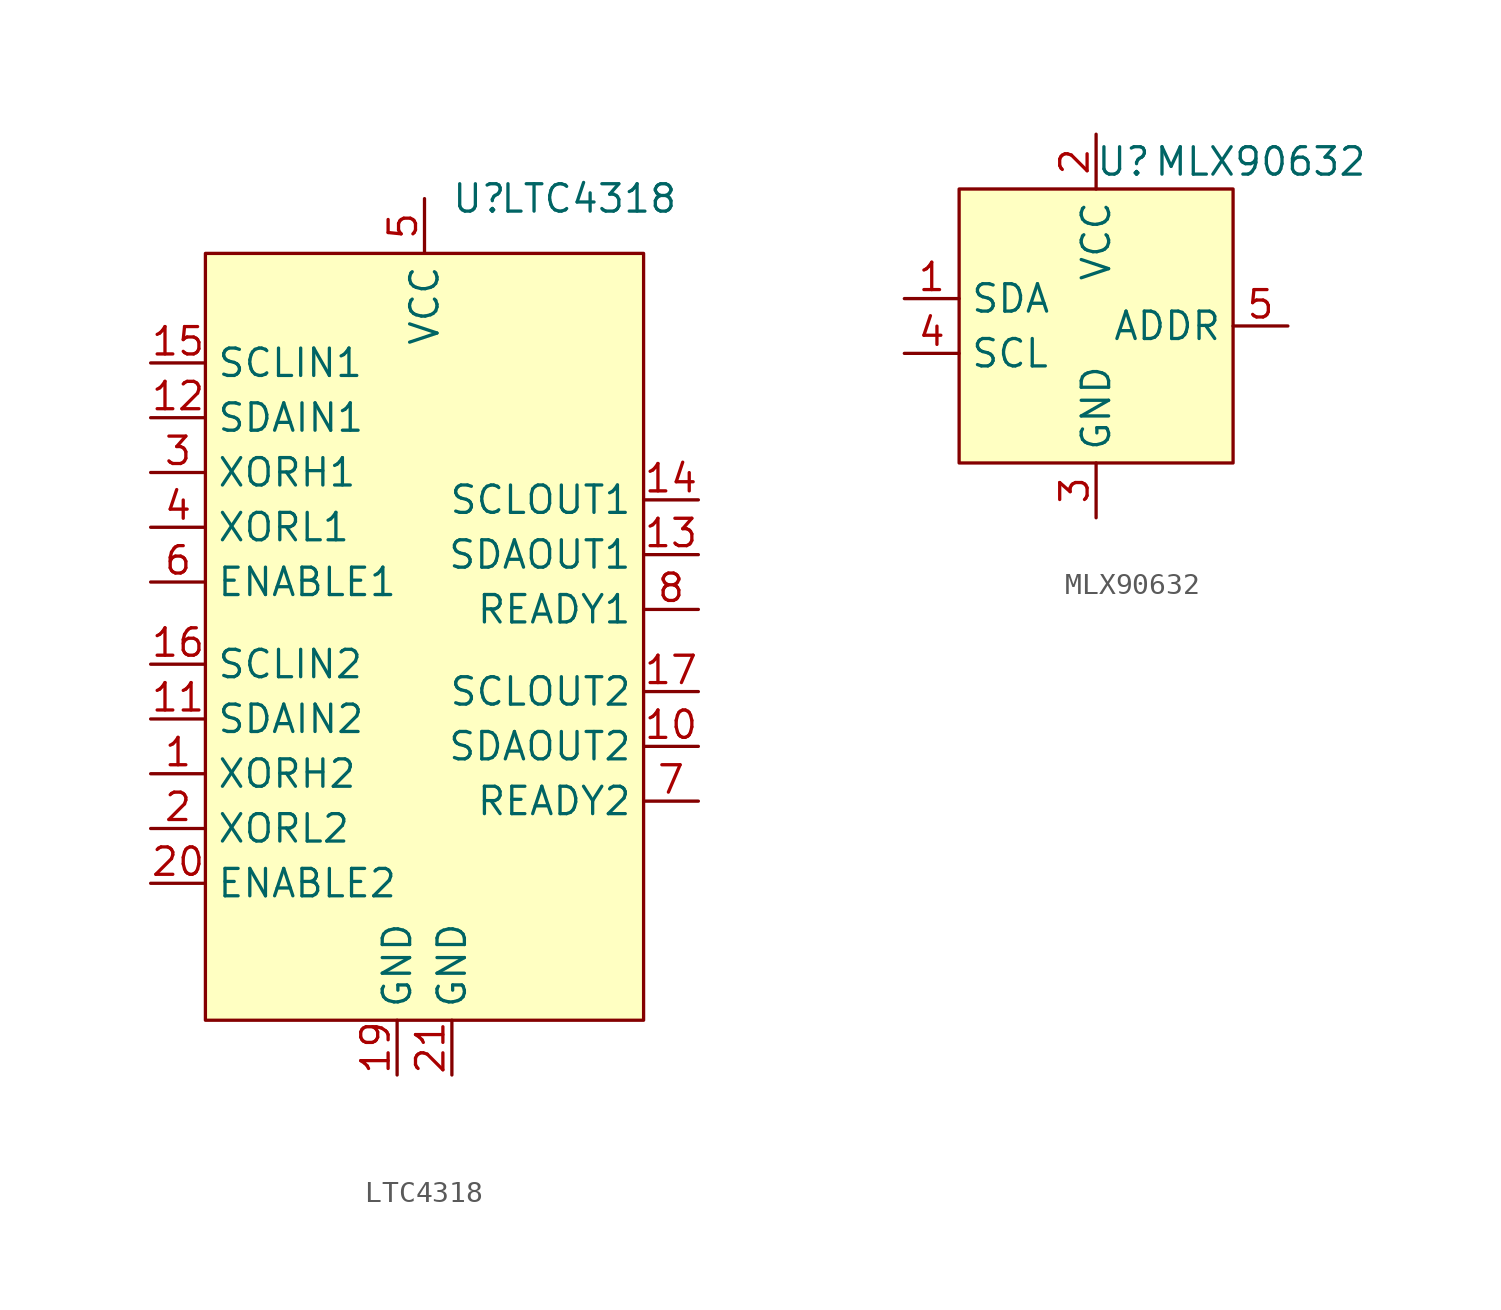
<source format=kicad_sym>
(kicad_symbol_lib
  (version 20220914)
  (generator kicad_symbol_editor)
  (symbol "LTC4318"
    (property "Reference" "U"
      (at 2.54 20.32 0)
      (effects (font (size 1.27 1.27))))
    (property "Value" "LTC4318"
      (at 7.62 20.32 0)
      (effects (font (size 1.27 1.27))))
    (symbol "LTC4318_1_1"
      (rectangle (start -10.16 17.78) (end 10.16 -17.78) (stroke (width 0) (type default)) (fill (type background)))
      (pin input line (at -12.7 -6.35 0) (length 2.54) (name "XORH2" (effects (font (size 1.27 1.27)))) (number "1" (effects (font (size 1.27 1.27)))))
      (pin bidirectional line (at 12.7 -5.08 180) (length 2.54) (name "SDAOUT2" (effects (font (size 1.27 1.27)))) (number "10" (effects (font (size 1.27 1.27)))))
      (pin bidirectional line (at -12.7 -3.81 0) (length 2.54) (name "SDAIN2" (effects (font (size 1.27 1.27)))) (number "11" (effects (font (size 1.27 1.27)))))
      (pin bidirectional line (at -12.7 10.16 0) (length 2.54) (name "SDAIN1" (effects (font (size 1.27 1.27)))) (number "12" (effects (font (size 1.27 1.27)))))
      (pin bidirectional line (at 12.7 3.81 180) (length 2.54) (name "SDAOUT1" (effects (font (size 1.27 1.27)))) (number "13" (effects (font (size 1.27 1.27)))))
      (pin output line (at 12.7 6.35 180) (length 2.54) (name "SCLOUT1" (effects (font (size 1.27 1.27)))) (number "14" (effects (font (size 1.27 1.27)))))
      (pin input line (at -12.7 12.7 0) (length 2.54) (name "SCLIN1" (effects (font (size 1.27 1.27)))) (number "15" (effects (font (size 1.27 1.27)))))
      (pin input line (at -12.7 -1.27 0) (length 2.54) (name "SCLIN2" (effects (font (size 1.27 1.27)))) (number "16" (effects (font (size 1.27 1.27)))))
      (pin output line (at 12.7 -2.54 180) (length 2.54) (name "SCLOUT2" (effects (font (size 1.27 1.27)))) (number "17" (effects (font (size 1.27 1.27)))))
      (pin power_out line (at -1.27 -20.32 90) (length 2.54) (name "GND" (effects (font (size 1.27 1.27)))) (number "19" (effects (font (size 1.27 1.27)))))
      (pin input line (at -12.7 -8.89 0) (length 2.54) (name "XORL2" (effects (font (size 1.27 1.27)))) (number "2" (effects (font (size 1.27 1.27)))))
      (pin input line (at -12.7 -11.43 0) (length 2.54) (name "ENABLE2" (effects (font (size 1.27 1.27)))) (number "20" (effects (font (size 1.27 1.27)))))
      (pin power_out line (at 1.27 -20.32 90) (length 2.54) (name "GND" (effects (font (size 1.27 1.27)))) (number "21" (effects (font (size 1.27 1.27)))))
      (pin input line (at -12.7 7.62 0) (length 2.54) (name "XORH1" (effects (font (size 1.27 1.27)))) (number "3" (effects (font (size 1.27 1.27)))))
      (pin input line (at -12.7 5.08 0) (length 2.54) (name "XORL1" (effects (font (size 1.27 1.27)))) (number "4" (effects (font (size 1.27 1.27)))))
      (pin power_in line (at 0 20.32 270) (length 2.54) (name "VCC" (effects (font (size 1.27 1.27)))) (number "5" (effects (font (size 1.27 1.27)))))
      (pin input line (at -12.7 2.54 0) (length 2.54) (name "ENABLE1" (effects (font (size 1.27 1.27)))) (number "6" (effects (font (size 1.27 1.27)))))
      (pin output line (at 12.7 -7.62 180) (length 2.54) (name "READY2" (effects (font (size 1.27 1.27)))) (number "7" (effects (font (size 1.27 1.27)))))
      (pin output line (at 12.7 1.27 180) (length 2.54) (name "READY1" (effects (font (size 1.27 1.27)))) (number "8" (effects (font (size 1.27 1.27)))))))
  (symbol "MLX90632"
    (property "Reference" "U"
      (at 1.27 7.62 0)
      (effects (font (size 1.27 1.27))))
    (property "Value" "MLX90632"
      (at 7.62 7.62 0)
      (effects (font (size 1.27 1.27))))
    (symbol "MLX90632_1_1"
      (rectangle (start -6.35 6.35) (end 6.35 -6.35) (stroke (width 0) (type default)) (fill (type background)))
      (pin bidirectional line (at -8.89 1.27 0) (length 2.54) (name "SDA" (effects (font (size 1.27 1.27)))) (number "1" (effects (font (size 1.27 1.27)))))
      (pin power_in line (at 0 8.89 270) (length 2.54) (name "VCC" (effects (font (size 1.27 1.27)))) (number "2" (effects (font (size 1.27 1.27)))))
      (pin power_out line (at 0 -8.89 90) (length 2.54) (name "GND" (effects (font (size 1.27 1.27)))) (number "3" (effects (font (size 1.27 1.27)))))
      (pin input line (at -8.89 -1.27 0) (length 2.54) (name "SCL" (effects (font (size 1.27 1.27)))) (number "4" (effects (font (size 1.27 1.27)))))
      (pin input line (at 8.89 0 180) (length 2.54) (name "ADDR" (effects (font (size 1.27 1.27)))) (number "5" (effects (font (size 1.27 1.27))))))))
</source>
